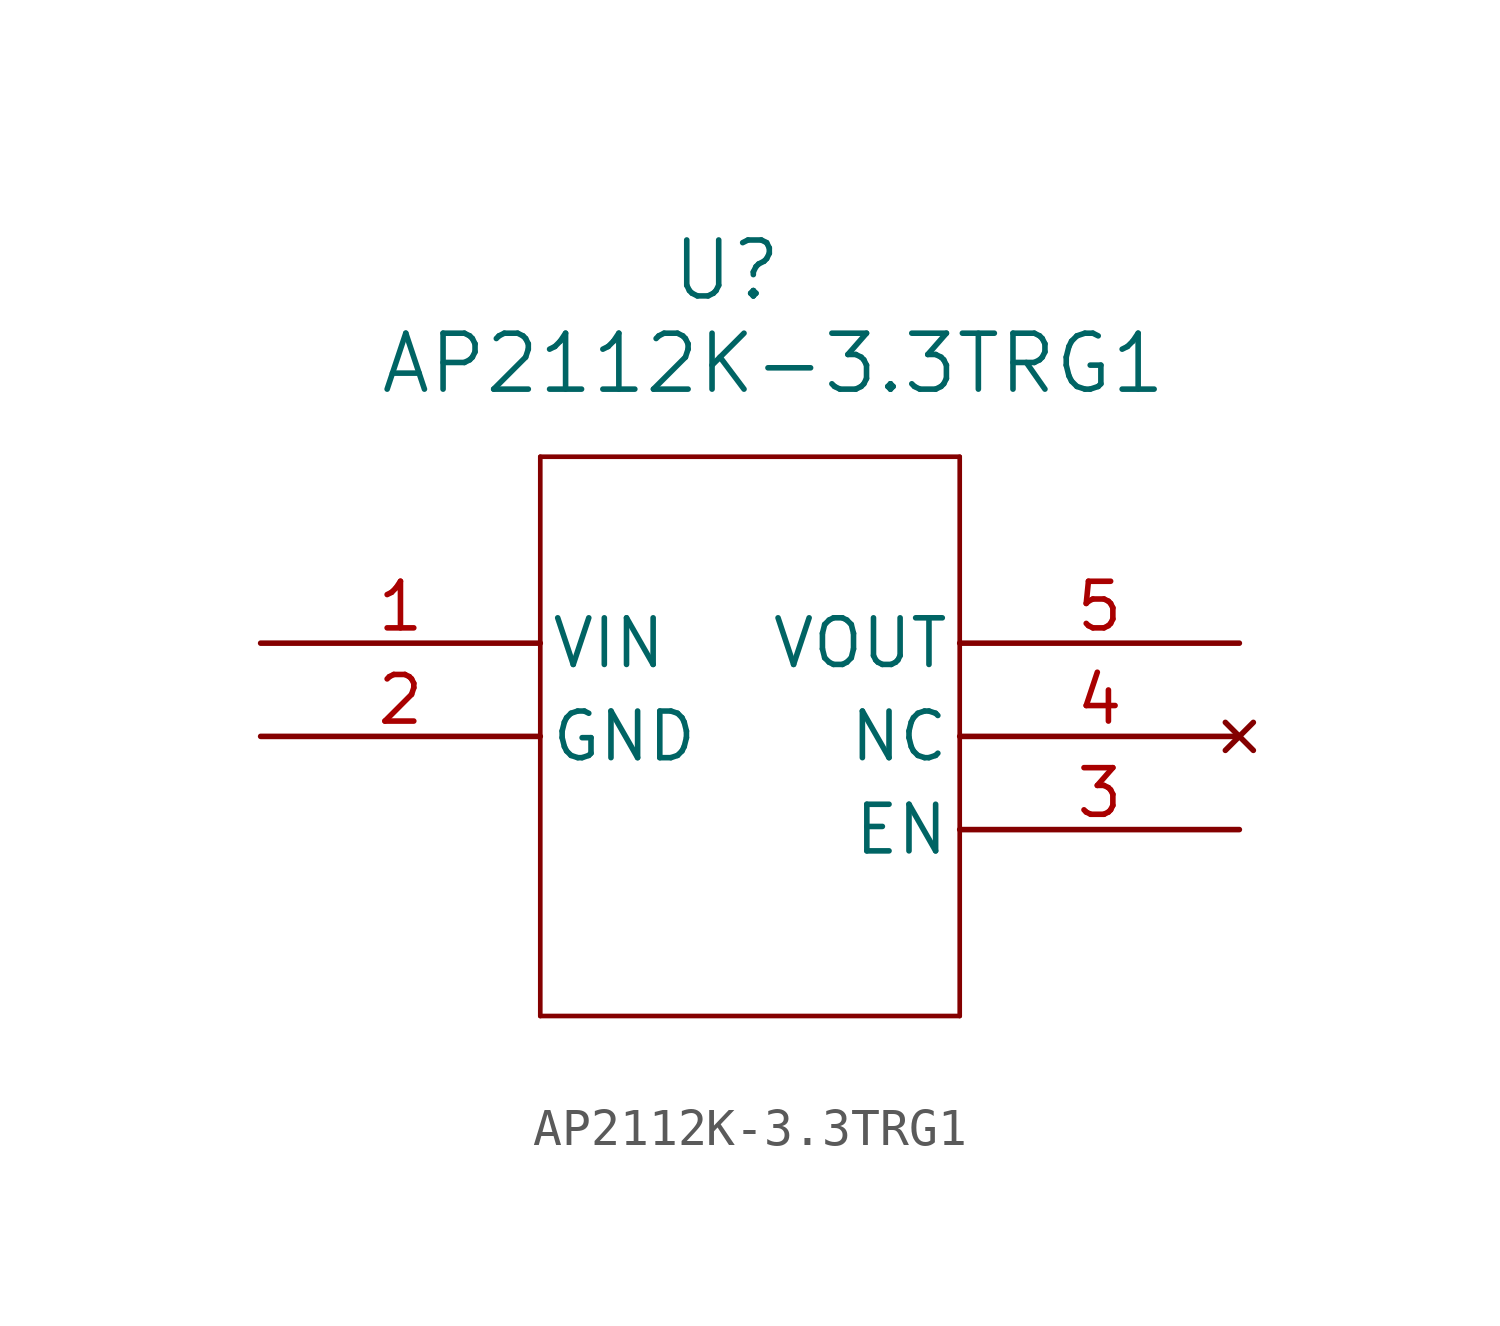
<source format=kicad_sym>
(kicad_symbol_lib
  (version 20220914)
  (generator kicad_symbol_editor)
  (symbol "AP2112K-3.3TRG1"
    (pin_names
      (offset 0.254))
    (property "Reference" "U"
      (at -1.27 12.7 0)
      (effects (font (size 1.524 1.524))))
    (property "Value" "AP2112K-3.3TRG1"
      (at 0 10.16 0)
      (effects (font (size 1.524 1.524))))
    (property "ki_locked" ""
      (at 0 0 0)
      (effects (font (size 1.27 1.27))))
    (symbol "AP2112K-3.3TRG1_0_1"
      (polyline (pts (xy -6.35 -7.62) (xy 5.08 -7.62)) (stroke (width 0.127) (type default)) (fill (type none)))
      (polyline (pts (xy -6.35 7.62) (xy -6.35 -7.62)) (stroke (width 0.127) (type default)) (fill (type none)))
      (polyline (pts (xy 5.08 -7.62) (xy 5.08 7.62)) (stroke (width 0.127) (type default)) (fill (type none)))
      (polyline (pts (xy 5.08 7.62) (xy -6.35 7.62)) (stroke (width 0.127) (type default)) (fill (type none))))
    (symbol "AP2112K-3.3TRG1_1_1"
      (pin power_in line (at -13.97 2.54 0) (length 7.62) (name "VIN" (effects (font (size 1.27 1.27)))) (number "1" (effects (font (size 1.27 1.27)))))
      (pin power_in line (at -13.97 0 0) (length 7.62) (name "GND" (effects (font (size 1.27 1.27)))) (number "2" (effects (font (size 1.27 1.27)))))
      (pin input line (at 12.7 -2.54 180) (length 7.62) (name "EN" (effects (font (size 1.27 1.27)))) (number "3" (effects (font (size 1.27 1.27)))))
      (pin no_connect line (at 12.7 0 180) (length 7.62) (name "NC" (effects (font (size 1.27 1.27)))) (number "4" (effects (font (size 1.27 1.27)))))
      (pin power_out line (at 12.7 2.54 180) (length 7.62) (name "VOUT" (effects (font (size 1.27 1.27)))) (number "5" (effects (font (size 1.27 1.27))))))))
</source>
